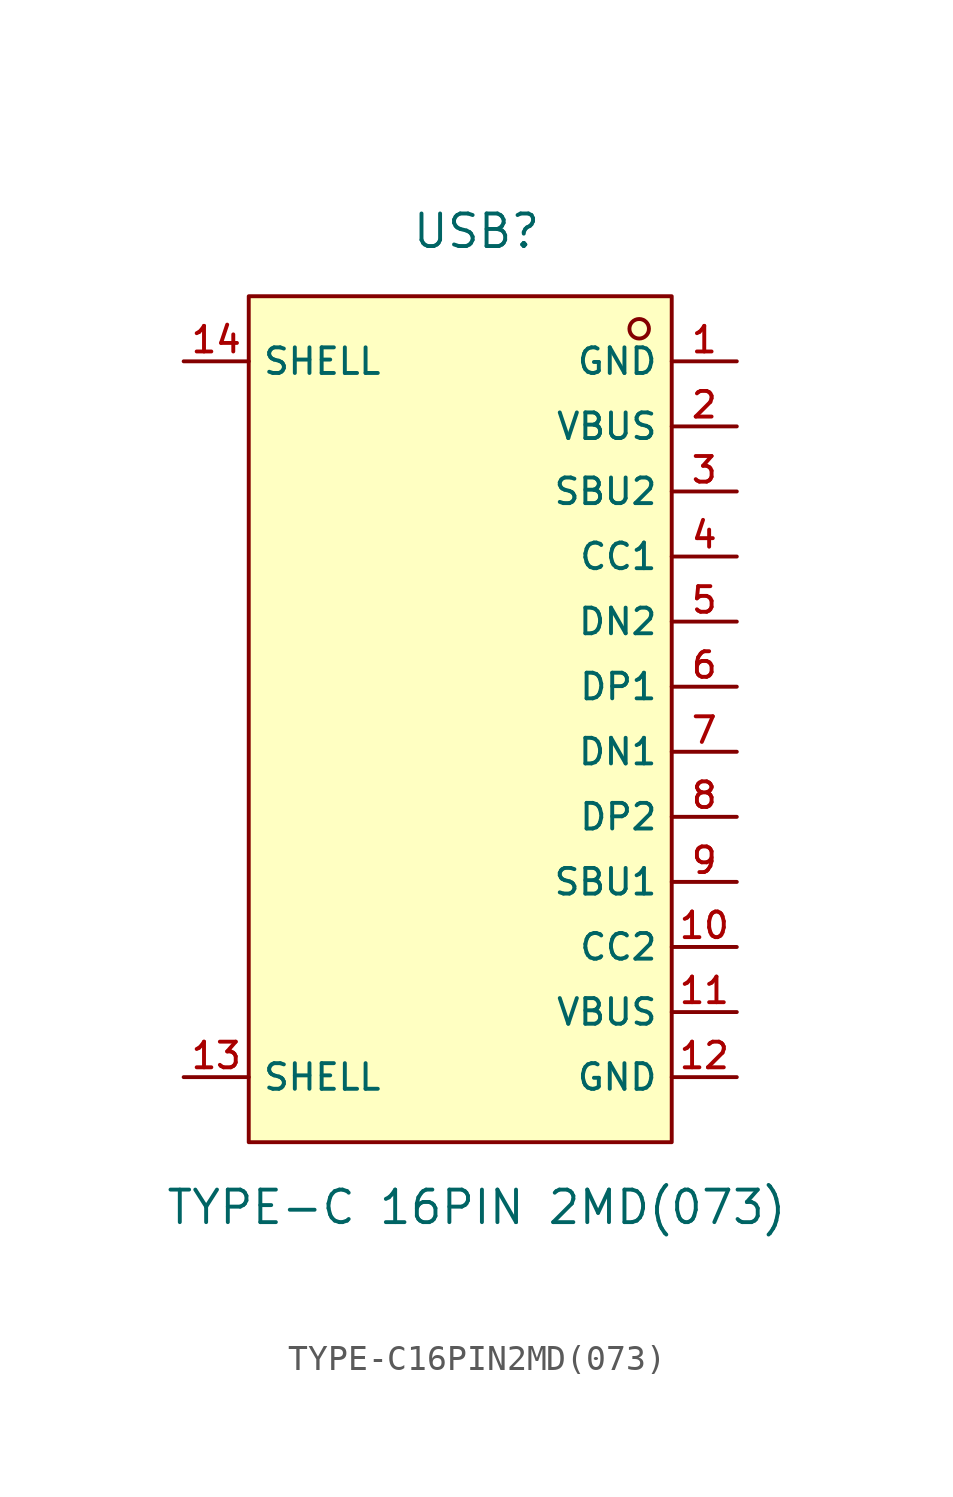
<source format=kicad_sym>
(kicad_symbol_lib
  (version 20231120)
  (generator "kicad_symbol_editor")
  (generator_version "8.0")
  (symbol "TYPE-C16PIN2MD(073)"
    (property "Reference" "USB"
      (at 0 19.05 0)
      (effects (font (size 1.27 1.27))))
    (property "Value" "TYPE-C 16PIN 2MD(073)"
      (at 0 -19.05 0)
      (effects (font (size 1.27 1.27))))
    (symbol "TYPE-C16PIN2MD(073)_0_1"
      (rectangle (start -8.89 16.51) (end 7.62 -16.51) (stroke (width 0) (type default)) (fill (type background)))
      (circle (center 6.35 15.24) (radius 0.381) (stroke (width 0) (type default)) (fill (type background)))
      (pin power_in line (at 10.16 13.97 180) (length 2.54) (name "GND" (effects (font (size 1 1)))) (number "1" (effects (font (size 1 1)))))
      (pin passive line (at 10.16 -8.89 180) (length 2.54) (name "CC2" (effects (font (size 1 1)))) (number "10" (effects (font (size 1 1)))))
      (pin power_in line (at 10.16 -11.43 180) (length 2.54) (name "VBUS" (effects (font (size 1 1)))) (number "11" (effects (font (size 1 1)))))
      (pin power_in line (at 10.16 -13.97 180) (length 2.54) (name "GND" (effects (font (size 1 1)))) (number "12" (effects (font (size 1 1)))))
      (pin passive line (at -11.43 -13.97 0) (length 2.54) (name "SHELL" (effects (font (size 1 1)))) (number "13" (effects (font (size 1 1)))))
      (pin passive line (at -11.43 13.97 0) (length 2.54) (name "SHELL" (effects (font (size 1 1)))) (number "14" (effects (font (size 1 1)))))
      (pin power_in line (at 10.16 11.43 180) (length 2.54) (name "VBUS" (effects (font (size 1 1)))) (number "2" (effects (font (size 1 1)))))
      (pin passive line (at 10.16 8.89 180) (length 2.54) (name "SBU2" (effects (font (size 1 1)))) (number "3" (effects (font (size 1 1)))))
      (pin passive line (at 10.16 6.35 180) (length 2.54) (name "CC1" (effects (font (size 1 1)))) (number "4" (effects (font (size 1 1)))))
      (pin passive line (at 10.16 3.81 180) (length 2.54) (name "DN2" (effects (font (size 1 1)))) (number "5" (effects (font (size 1 1)))))
      (pin passive line (at 10.16 1.27 180) (length 2.54) (name "DP1" (effects (font (size 1 1)))) (number "6" (effects (font (size 1 1)))))
      (pin passive line (at 10.16 -1.27 180) (length 2.54) (name "DN1" (effects (font (size 1 1)))) (number "7" (effects (font (size 1 1)))))
      (pin passive line (at 10.16 -3.81 180) (length 2.54) (name "DP2" (effects (font (size 1 1)))) (number "8" (effects (font (size 1 1)))))
      (pin passive line (at 10.16 -6.35 180) (length 2.54) (name "SBU1" (effects (font (size 1 1)))) (number "9" (effects (font (size 1 1))))))))
</source>
